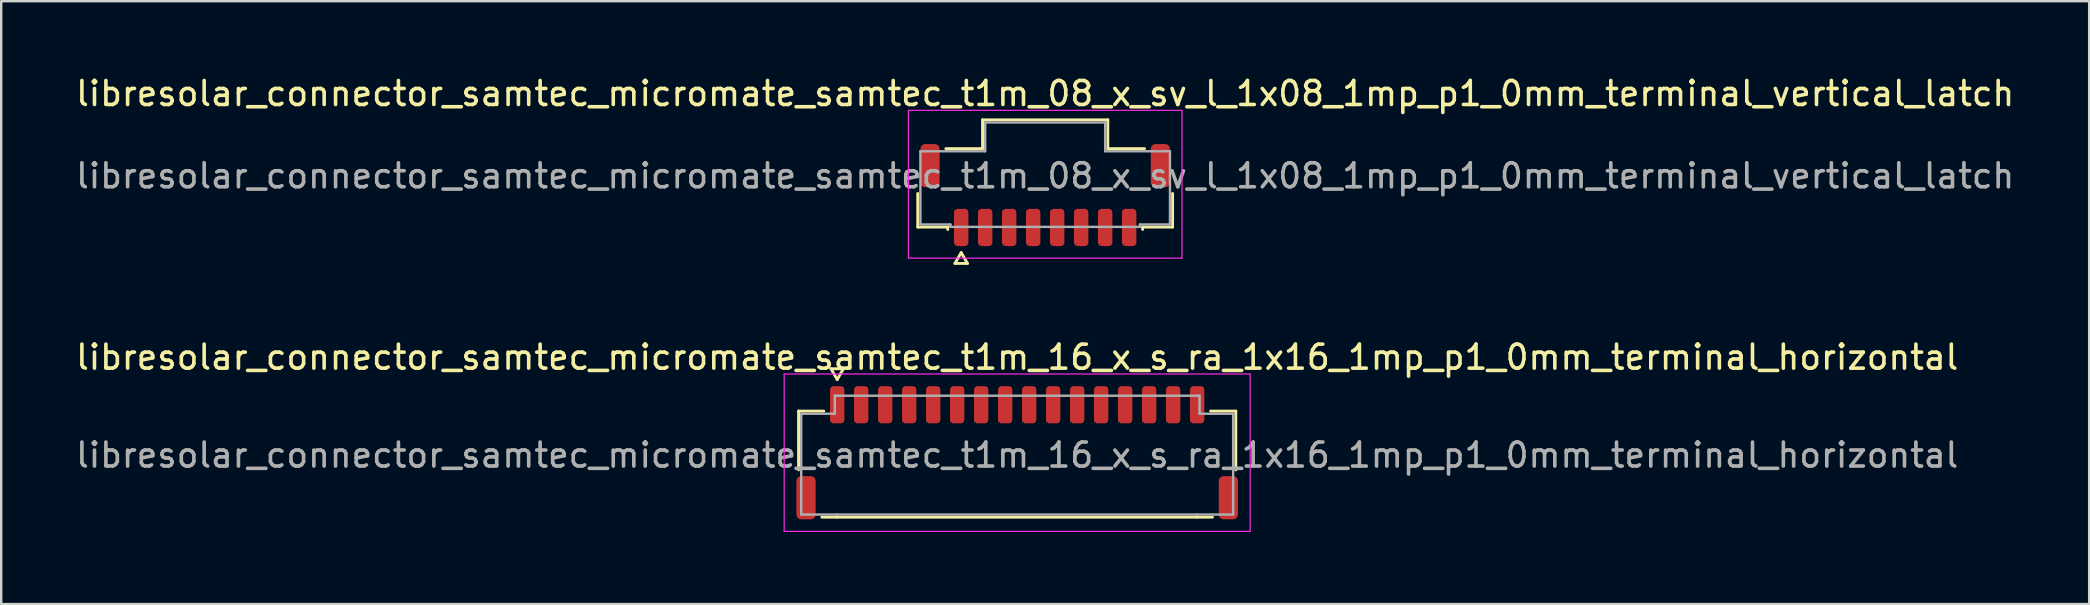
<source format=kicad_pcb>
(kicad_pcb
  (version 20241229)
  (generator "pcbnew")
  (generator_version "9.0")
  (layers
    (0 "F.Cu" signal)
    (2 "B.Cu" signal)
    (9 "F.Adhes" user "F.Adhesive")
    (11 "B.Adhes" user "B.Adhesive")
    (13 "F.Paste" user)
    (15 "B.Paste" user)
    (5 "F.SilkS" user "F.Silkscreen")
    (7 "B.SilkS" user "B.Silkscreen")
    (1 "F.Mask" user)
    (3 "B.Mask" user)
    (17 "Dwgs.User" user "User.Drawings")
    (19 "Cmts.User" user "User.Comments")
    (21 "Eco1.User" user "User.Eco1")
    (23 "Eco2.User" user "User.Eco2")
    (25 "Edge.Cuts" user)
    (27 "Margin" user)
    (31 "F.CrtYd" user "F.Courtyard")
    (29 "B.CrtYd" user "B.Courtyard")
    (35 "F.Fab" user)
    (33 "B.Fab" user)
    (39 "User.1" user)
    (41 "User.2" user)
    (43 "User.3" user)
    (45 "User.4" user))
  (footprint "libresolar_connector_samtec_micromate_samtec_t1m_08_x_sv_l_1x08_1mp_p1_0mm_terminal_vertical_latch"
    (layer "F.Cu")
    (at 40.506 4.278)
    (property "Reference" "libresolar_connector_samtec_micromate_samtec_t1m_08_x_sv_l_1x08_1mp_p1_0mm_terminal_vertical_latch" (at 0 -3.43 0) (layer "F.SilkS") (effects (font (size 1 1) (thickness 0.15))))
    (attr smd)
    (fp_line (start -5.31 2.135) (end -5.31 0.735) (stroke (width 0.12) (type solid)) (layer "F.SilkS"))
    (fp_line (start -4.14 -1.135) (end -2.61 -1.135) (stroke (width 0.12) (type solid)) (layer "F.SilkS"))
    (fp_line (start -4.06 2.135) (end -5.31 2.135) (stroke (width 0.12) (type solid)) (layer "F.SilkS"))
    (fp_line (start -4.06 2.235) (end -4.06 2.135) (stroke (width 0.12) (type solid)) (layer "F.SilkS"))
    (fp_line (start -3.76 3.65) (end -3.5 3.2) (stroke (width 0.12) (type solid)) (layer "F.SilkS"))
    (fp_line (start -3.5 3.2) (end -3.24 3.65) (stroke (width 0.12) (type solid)) (layer "F.SilkS"))
    (fp_line (start -3.24 3.65) (end -3.76 3.65) (stroke (width 0.12) (type solid)) (layer "F.SilkS"))
    (fp_line (start -2.61 -2.335) (end 2.61 -2.335) (stroke (width 0.12) (type solid)) (layer "F.SilkS"))
    (fp_line (start -2.61 -1.135) (end -2.61 -2.335) (stroke (width 0.12) (type solid)) (layer "F.SilkS"))
    (fp_line (start 2.61 -2.335) (end 2.61 -1.135) (stroke (width 0.12) (type solid)) (layer "F.SilkS"))
    (fp_line (start 2.61 -1.135) (end 4.14 -1.135) (stroke (width 0.12) (type solid)) (layer "F.SilkS"))
    (fp_line (start 4.06 2.135) (end 4.06 2.235) (stroke (width 0.12) (type solid)) (layer "F.SilkS"))
    (fp_line (start 5.31 0.735) (end 5.31 2.135) (stroke (width 0.12) (type solid)) (layer "F.SilkS"))
    (fp_line (start 5.31 2.135) (end 4.06 2.135) (stroke (width 0.12) (type solid)) (layer "F.SilkS"))
    (fp_line (start -5.7 -2.73) (end -5.7 3.43) (stroke (width 0.05) (type solid)) (layer "F.CrtYd"))
    (fp_line (start -5.7 3.43) (end 5.7 3.43) (stroke (width 0.05) (type solid)) (layer "F.CrtYd"))
    (fp_line (start 5.7 -2.73) (end -5.7 -2.73) (stroke (width 0.05) (type solid)) (layer "F.CrtYd"))
    (fp_line (start 5.7 3.43) (end 5.7 -2.73) (stroke (width 0.05) (type solid)) (layer "F.CrtYd"))
    (fp_line (start -5.2 -1.025) (end -2.5 -1.025) (stroke (width 0.1) (type solid)) (layer "F.Fab"))
    (fp_line (start -5.2 2.025) (end -5.2 -1.025) (stroke (width 0.1) (type solid)) (layer "F.Fab"))
    (fp_line (start -3.95 2.025) (end -5.2 2.025) (stroke (width 0.1) (type solid)) (layer "F.Fab"))
    (fp_line (start -3.95 2.125) (end -3.95 2.025) (stroke (width 0.1) (type solid)) (layer "F.Fab"))
    (fp_line (start -2.5 -2.225) (end 2.5 -2.225) (stroke (width 0.1) (type solid)) (layer "F.Fab"))
    (fp_line (start -2.5 -1.025) (end -2.5 -2.225) (stroke (width 0.1) (type solid)) (layer "F.Fab"))
    (fp_line (start 2.5 -2.225) (end 2.5 -1.025) (stroke (width 0.1) (type solid)) (layer "F.Fab"))
    (fp_line (start 2.5 -1.025) (end 5.2 -1.025) (stroke (width 0.1) (type solid)) (layer "F.Fab"))
    (fp_line (start 3.95 2.025) (end 3.95 2.125) (stroke (width 0.1) (type solid)) (layer "F.Fab"))
    (fp_line (start 3.95 2.125) (end -3.95 2.125) (stroke (width 0.1) (type solid)) (layer "F.Fab"))
    (fp_line (start 5.2 -1.025) (end 5.2 2.025) (stroke (width 0.1) (type solid)) (layer "F.Fab"))
    (fp_line (start 5.2 2.025) (end 3.95 2.025) (stroke (width 0.1) (type solid)) (layer "F.Fab"))
    (fp_text user "${REFERENCE}" (at 0 0 0) (layer "F.Fab") (effects (font (size 1 1) (thickness 0.15))))
    (pad "1" smd roundrect (at -3.5 2.15) (size 0.6 1.55) (layers "F.Cu" "F.Mask" "F.Paste") (roundrect_rratio 0.25))
    (pad "2" smd roundrect (at -2.5 2.15) (size 0.6 1.55) (layers "F.Cu" "F.Mask" "F.Paste") (roundrect_rratio 0.25))
    (pad "3" smd roundrect (at -1.5 2.15) (size 0.6 1.55) (layers "F.Cu" "F.Mask" "F.Paste") (roundrect_rratio 0.25))
    (pad "4" smd roundrect (at -0.5 2.15) (size 0.6 1.55) (layers "F.Cu" "F.Mask" "F.Paste") (roundrect_rratio 0.25))
    (pad "5" smd roundrect (at 0.5 2.15) (size 0.6 1.55) (layers "F.Cu" "F.Mask" "F.Paste") (roundrect_rratio 0.25))
    (pad "6" smd roundrect (at 1.5 2.15) (size 0.6 1.55) (layers "F.Cu" "F.Mask" "F.Paste") (roundrect_rratio 0.25))
    (pad "7" smd roundrect (at 2.5 2.15) (size 0.6 1.55) (layers "F.Cu" "F.Mask" "F.Paste") (roundrect_rratio 0.25))
    (pad "8" smd roundrect (at 3.5 2.15) (size 0.6 1.55) (layers "F.Cu" "F.Mask" "F.Paste") (roundrect_rratio 0.25))
    (pad "MP" smd roundrect (at -4.8 -0.425) (size 0.8 1.8) (layers "F.Cu" "F.Mask" "F.Paste") (roundrect_rratio 0.25))
    (pad "MP" smd roundrect (at 4.8 -0.425) (size 0.8 1.8) (layers "F.Cu" "F.Mask" "F.Paste") (roundrect_rratio 0.25)))
  (footprint "libresolar_connector_samtec_micromate_samtec_t1m_16_x_s_ra_1x16_1mp_p1_0mm_terminal_horizontal"
    (layer "F.Cu")
    (at 39.339 15.916)
    (property "Reference" "libresolar_connector_samtec_micromate_samtec_t1m_16_x_s_ra_1x16_1mp_p1_0mm_terminal_horizontal" (at 0 -4.08 0) (layer "F.SilkS") (effects (font (size 1 1) (thickness 0.15))))
    (attr smd)
    (fp_line (start -9.11 -1.835) (end -8.06 -1.835) (stroke (width 0.12) (type solid)) (layer "F.SilkS"))
    (fp_line (start -9.11 0.615) (end -9.11 -1.835) (stroke (width 0.12) (type solid)) (layer "F.SilkS"))
    (fp_line (start -7.76 -3.6) (end -7.5 -3.15) (stroke (width 0.12) (type solid)) (layer "F.SilkS"))
    (fp_line (start -7.5 -3.15) (end -7.24 -3.6) (stroke (width 0.12) (type solid)) (layer "F.SilkS"))
    (fp_line (start -7.5 2.585) (end -8.14 2.585) (stroke (width 0.12) (type solid)) (layer "F.SilkS"))
    (fp_line (start -7.24 -3.6) (end -7.76 -3.6) (stroke (width 0.12) (type solid)) (layer "F.SilkS"))
    (fp_line (start 7.5 2.585) (end -7.5 2.585) (stroke (width 0.12) (type solid)) (layer "F.SilkS"))
    (fp_line (start 8.06 -1.835) (end 9.11 -1.835) (stroke (width 0.12) (type solid)) (layer "F.SilkS"))
    (fp_line (start 8.14 2.585) (end 7.5 2.585) (stroke (width 0.12) (type solid)) (layer "F.SilkS"))
    (fp_line (start 9.11 -1.835) (end 9.11 0.615) (stroke (width 0.12) (type solid)) (layer "F.SilkS"))
    (fp_line (start -9.71 -3.38) (end -9.71 3.18) (stroke (width 0.05) (type solid)) (layer "F.CrtYd"))
    (fp_line (start -9.71 3.18) (end 9.71 3.18) (stroke (width 0.05) (type solid)) (layer "F.CrtYd"))
    (fp_line (start 9.71 -3.38) (end -9.71 -3.38) (stroke (width 0.05) (type solid)) (layer "F.CrtYd"))
    (fp_line (start 9.71 3.18) (end 9.71 -3.38) (stroke (width 0.05) (type solid)) (layer "F.CrtYd"))
    (fp_line (start -9 -1.725) (end -7.6 -1.725) (stroke (width 0.1) (type solid)) (layer "F.Fab"))
    (fp_line (start -9 2.475) (end -9 -1.725) (stroke (width 0.1) (type solid)) (layer "F.Fab"))
    (fp_line (start -7.6 -2.475) (end -7.5 -2.475) (stroke (width 0.1) (type solid)) (layer "F.Fab"))
    (fp_line (start -7.6 -1.725) (end -7.6 -2.475) (stroke (width 0.1) (type solid)) (layer "F.Fab"))
    (fp_line (start -7.5 -2.475) (end 7.5 -2.475) (stroke (width 0.1) (type solid)) (layer "F.Fab"))
    (fp_line (start -7.5 2.475) (end -9 2.475) (stroke (width 0.1) (type solid)) (layer "F.Fab"))
    (fp_line (start 7.5 -2.475) (end 7.6 -2.475) (stroke (width 0.1) (type solid)) (layer "F.Fab"))
    (fp_line (start 7.5 2.475) (end -7.5 2.475) (stroke (width 0.1) (type solid)) (layer "F.Fab"))
    (fp_line (start 7.6 -2.475) (end 7.6 -1.725) (stroke (width 0.1) (type solid)) (layer "F.Fab"))
    (fp_line (start 7.6 -1.725) (end 9 -1.725) (stroke (width 0.1) (type solid)) (layer "F.Fab"))
    (fp_line (start 9 -1.725) (end 9 2.475) (stroke (width 0.1) (type solid)) (layer "F.Fab"))
    (fp_line (start 9 2.475) (end 7.5 2.475) (stroke (width 0.1) (type solid)) (layer "F.Fab"))
    (fp_text user "${REFERENCE}" (at 0 0 0) (layer "F.Fab") (effects (font (size 1 1) (thickness 0.15))))
    (pad "1" smd roundrect (at -7.5 -2.1) (size 0.6 1.55) (layers "F.Cu" "F.Mask" "F.Paste") (roundrect_rratio 0.25))
    (pad "2" smd roundrect (at -6.5 -2.1) (size 0.6 1.55) (layers "F.Cu" "F.Mask" "F.Paste") (roundrect_rratio 0.25))
    (pad "3" smd roundrect (at -5.5 -2.1) (size 0.6 1.55) (layers "F.Cu" "F.Mask" "F.Paste") (roundrect_rratio 0.25))
    (pad "4" smd roundrect (at -4.5 -2.1) (size 0.6 1.55) (layers "F.Cu" "F.Mask" "F.Paste") (roundrect_rratio 0.25))
    (pad "5" smd roundrect (at -3.5 -2.1) (size 0.6 1.55) (layers "F.Cu" "F.Mask" "F.Paste") (roundrect_rratio 0.25))
    (pad "6" smd roundrect (at -2.5 -2.1) (size 0.6 1.55) (layers "F.Cu" "F.Mask" "F.Paste") (roundrect_rratio 0.25))
    (pad "7" smd roundrect (at -1.5 -2.1) (size 0.6 1.55) (layers "F.Cu" "F.Mask" "F.Paste") (roundrect_rratio 0.25))
    (pad "8" smd roundrect (at -0.5 -2.1) (size 0.6 1.55) (layers "F.Cu" "F.Mask" "F.Paste") (roundrect_rratio 0.25))
    (pad "9" smd roundrect (at 0.5 -2.1) (size 0.6 1.55) (layers "F.Cu" "F.Mask" "F.Paste") (roundrect_rratio 0.25))
    (pad "10" smd roundrect (at 1.5 -2.1) (size 0.6 1.55) (layers "F.Cu" "F.Mask" "F.Paste") (roundrect_rratio 0.25))
    (pad "11" smd roundrect (at 2.5 -2.1) (size 0.6 1.55) (layers "F.Cu" "F.Mask" "F.Paste") (roundrect_rratio 0.25))
    (pad "12" smd roundrect (at 3.5 -2.1) (size 0.6 1.55) (layers "F.Cu" "F.Mask" "F.Paste") (roundrect_rratio 0.25))
    (pad "13" smd roundrect (at 4.5 -2.1) (size 0.6 1.55) (layers "F.Cu" "F.Mask" "F.Paste") (roundrect_rratio 0.25))
    (pad "14" smd roundrect (at 5.5 -2.1) (size 0.6 1.55) (layers "F.Cu" "F.Mask" "F.Paste") (roundrect_rratio 0.25))
    (pad "15" smd roundrect (at 6.5 -2.1) (size 0.6 1.55) (layers "F.Cu" "F.Mask" "F.Paste") (roundrect_rratio 0.25))
    (pad "16" smd roundrect (at 7.5 -2.1) (size 0.6 1.55) (layers "F.Cu" "F.Mask" "F.Paste") (roundrect_rratio 0.25))
    (pad "MP" smd roundrect (at -8.8 1.775) (size 0.8 1.8) (layers "F.Cu" "F.Mask" "F.Paste") (roundrect_rratio 0.25))
    (pad "MP" smd roundrect (at 8.8 1.775) (size 0.8 1.8) (layers "F.Cu" "F.Mask" "F.Paste") (roundrect_rratio 0.25)))
  (gr_rect
    (start -3 -3)
    (end 84.012 22.122)
    (stroke (width 0.1) (type default))
    (fill no)
    (layer "Edge.Cuts")))
</source>
